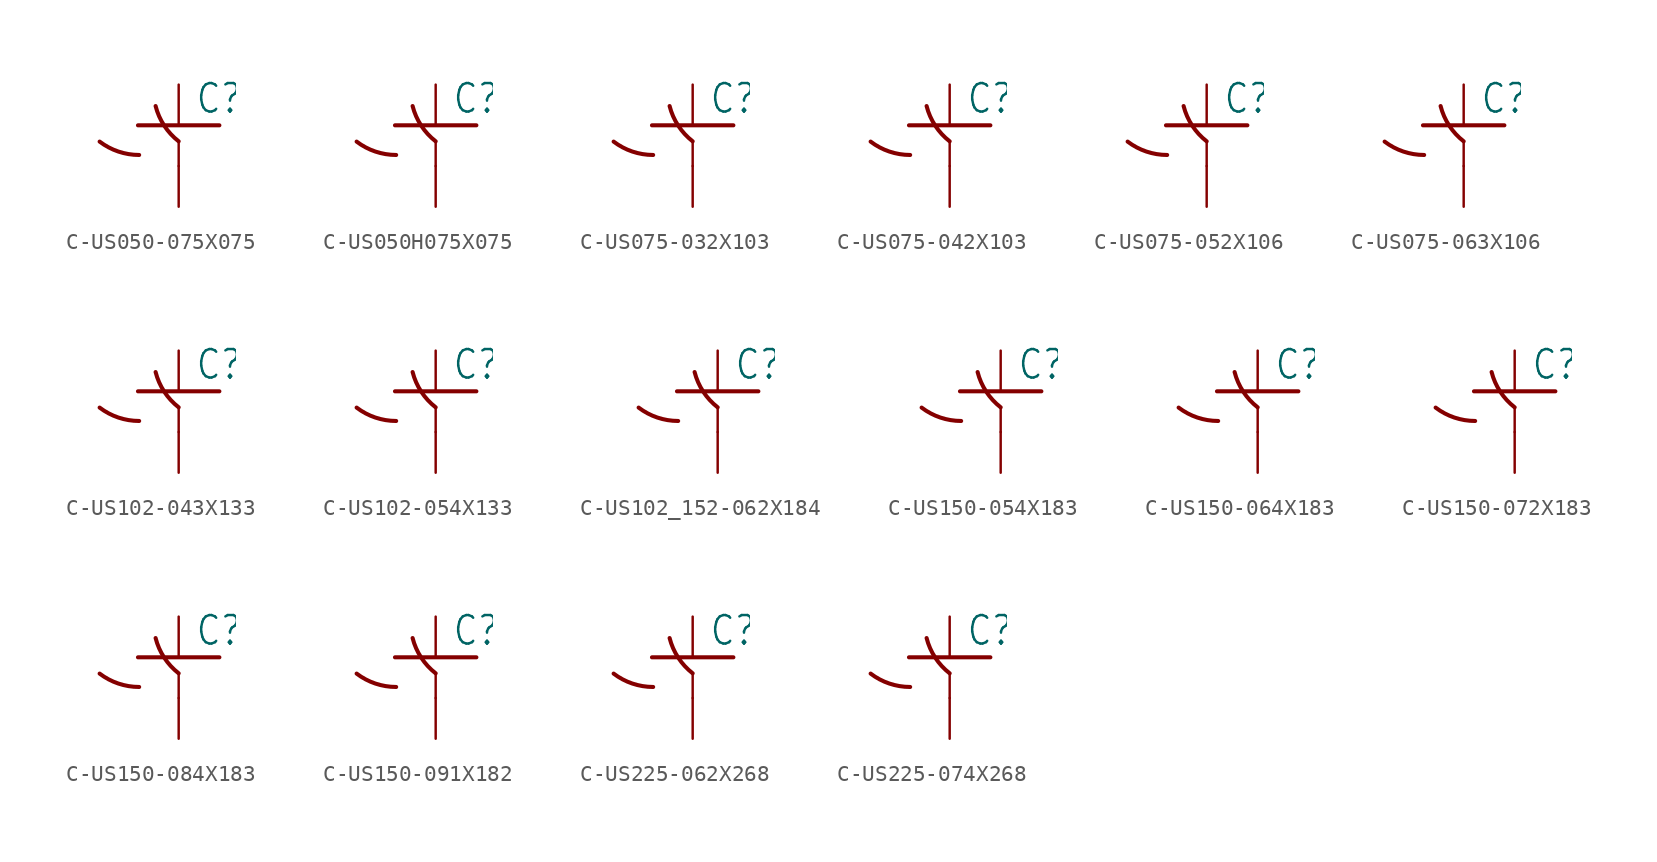
<source format=kicad_sym>
(kicad_symbol_lib
  (version 20241209)
  (generator "kicad_symbol_editor")
  (generator_version "9.0")
  (symbol "C-US050-075X075"
    (property "Reference" "C"
      (at 1.016 0.635 0)
      (effects (font (size 1.778 1.511)) (justify left bottom)))
    (property "Value" ""
      (at 1.016 -4.191 0)
      (effects (font (size 1.778 1.511)) (justify left bottom)))
    (property "ki_locked" ""
      (at 0 0 0)
      (effects (font (size 1.27 1.27))))
    (symbol "C-US050-075X075_1_0"
      (polyline (pts (xy -2.54 0) (xy 2.54 0)) (stroke (width 0.254) (type solid)) (fill (type none)))
      (arc (start -2.4668 -1.8504) (mid -3.7688 -1.6361) (end -4.9335 -1.016) (stroke (width 0.254) (type solid)) (fill (type none)))
      (polyline (pts (xy 0 -1.016) (xy 0 -2.54)) (stroke (width 0.152) (type solid)) (fill (type none)))
      (arc (start 0 -1) (mid -0.9038 -0.0189) (end -1.4403 1.2025) (stroke (width 0.254) (type solid)) (fill (type none)))
      (pin passive line (at 0 2.54 270) (length 2.54) (name "1" (effects (font (size 0 0)))) (number "1" (effects (font (size 0 0)))))
      (pin passive line (at 0 -5.08 90) (length 2.54) (name "2" (effects (font (size 0 0)))) (number "2" (effects (font (size 0 0)))))))
  (symbol "C-US050H075X075"
    (property "Reference" "C"
      (at 1.016 0.635 0)
      (effects (font (size 1.778 1.511)) (justify left bottom)))
    (property "Value" ""
      (at 1.016 -4.191 0)
      (effects (font (size 1.778 1.511)) (justify left bottom)))
    (property "ki_locked" ""
      (at 0 0 0)
      (effects (font (size 1.27 1.27))))
    (symbol "C-US050H075X075_1_0"
      (polyline (pts (xy -2.54 0) (xy 2.54 0)) (stroke (width 0.254) (type solid)) (fill (type none)))
      (arc (start -2.4668 -1.8504) (mid -3.7688 -1.6361) (end -4.9335 -1.016) (stroke (width 0.254) (type solid)) (fill (type none)))
      (polyline (pts (xy 0 -1.016) (xy 0 -2.54)) (stroke (width 0.152) (type solid)) (fill (type none)))
      (arc (start 0 -1) (mid -0.9038 -0.0189) (end -1.4403 1.2025) (stroke (width 0.254) (type solid)) (fill (type none)))
      (pin passive line (at 0 2.54 270) (length 2.54) (name "1" (effects (font (size 0 0)))) (number "1" (effects (font (size 0 0)))))
      (pin passive line (at 0 -5.08 90) (length 2.54) (name "2" (effects (font (size 0 0)))) (number "2" (effects (font (size 0 0)))))))
  (symbol "C-US075-032X103"
    (property "Reference" "C"
      (at 1.016 0.635 0)
      (effects (font (size 1.778 1.511)) (justify left bottom)))
    (property "Value" ""
      (at 1.016 -4.191 0)
      (effects (font (size 1.778 1.511)) (justify left bottom)))
    (property "ki_locked" ""
      (at 0 0 0)
      (effects (font (size 1.27 1.27))))
    (symbol "C-US075-032X103_1_0"
      (polyline (pts (xy -2.54 0) (xy 2.54 0)) (stroke (width 0.254) (type solid)) (fill (type none)))
      (arc (start -2.4668 -1.8504) (mid -3.7688 -1.6361) (end -4.9335 -1.016) (stroke (width 0.254) (type solid)) (fill (type none)))
      (polyline (pts (xy 0 -1.016) (xy 0 -2.54)) (stroke (width 0.152) (type solid)) (fill (type none)))
      (arc (start 0 -1) (mid -0.9038 -0.0189) (end -1.4403 1.2025) (stroke (width 0.254) (type solid)) (fill (type none)))
      (pin passive line (at 0 2.54 270) (length 2.54) (name "1" (effects (font (size 0 0)))) (number "1" (effects (font (size 0 0)))))
      (pin passive line (at 0 -5.08 90) (length 2.54) (name "2" (effects (font (size 0 0)))) (number "2" (effects (font (size 0 0)))))))
  (symbol "C-US075-042X103"
    (property "Reference" "C"
      (at 1.016 0.635 0)
      (effects (font (size 1.778 1.511)) (justify left bottom)))
    (property "Value" ""
      (at 1.016 -4.191 0)
      (effects (font (size 1.778 1.511)) (justify left bottom)))
    (property "ki_locked" ""
      (at 0 0 0)
      (effects (font (size 1.27 1.27))))
    (symbol "C-US075-042X103_1_0"
      (polyline (pts (xy -2.54 0) (xy 2.54 0)) (stroke (width 0.254) (type solid)) (fill (type none)))
      (arc (start -2.4668 -1.8504) (mid -3.7688 -1.6361) (end -4.9335 -1.016) (stroke (width 0.254) (type solid)) (fill (type none)))
      (polyline (pts (xy 0 -1.016) (xy 0 -2.54)) (stroke (width 0.152) (type solid)) (fill (type none)))
      (arc (start 0 -1) (mid -0.9038 -0.0189) (end -1.4403 1.2025) (stroke (width 0.254) (type solid)) (fill (type none)))
      (pin passive line (at 0 2.54 270) (length 2.54) (name "1" (effects (font (size 0 0)))) (number "1" (effects (font (size 0 0)))))
      (pin passive line (at 0 -5.08 90) (length 2.54) (name "2" (effects (font (size 0 0)))) (number "2" (effects (font (size 0 0)))))))
  (symbol "C-US075-052X106"
    (property "Reference" "C"
      (at 1.016 0.635 0)
      (effects (font (size 1.778 1.511)) (justify left bottom)))
    (property "Value" ""
      (at 1.016 -4.191 0)
      (effects (font (size 1.778 1.511)) (justify left bottom)))
    (property "ki_locked" ""
      (at 0 0 0)
      (effects (font (size 1.27 1.27))))
    (symbol "C-US075-052X106_1_0"
      (polyline (pts (xy -2.54 0) (xy 2.54 0)) (stroke (width 0.254) (type solid)) (fill (type none)))
      (arc (start -2.4668 -1.8504) (mid -3.7688 -1.6361) (end -4.9335 -1.016) (stroke (width 0.254) (type solid)) (fill (type none)))
      (polyline (pts (xy 0 -1.016) (xy 0 -2.54)) (stroke (width 0.152) (type solid)) (fill (type none)))
      (arc (start 0 -1) (mid -0.9038 -0.0189) (end -1.4403 1.2025) (stroke (width 0.254) (type solid)) (fill (type none)))
      (pin passive line (at 0 2.54 270) (length 2.54) (name "1" (effects (font (size 0 0)))) (number "1" (effects (font (size 0 0)))))
      (pin passive line (at 0 -5.08 90) (length 2.54) (name "2" (effects (font (size 0 0)))) (number "2" (effects (font (size 0 0)))))))
  (symbol "C-US075-063X106"
    (property "Reference" "C"
      (at 1.016 0.635 0)
      (effects (font (size 1.778 1.511)) (justify left bottom)))
    (property "Value" ""
      (at 1.016 -4.191 0)
      (effects (font (size 1.778 1.511)) (justify left bottom)))
    (property "ki_locked" ""
      (at 0 0 0)
      (effects (font (size 1.27 1.27))))
    (symbol "C-US075-063X106_1_0"
      (polyline (pts (xy -2.54 0) (xy 2.54 0)) (stroke (width 0.254) (type solid)) (fill (type none)))
      (arc (start -2.4668 -1.8504) (mid -3.7688 -1.6361) (end -4.9335 -1.016) (stroke (width 0.254) (type solid)) (fill (type none)))
      (polyline (pts (xy 0 -1.016) (xy 0 -2.54)) (stroke (width 0.152) (type solid)) (fill (type none)))
      (arc (start 0 -1) (mid -0.9038 -0.0189) (end -1.4403 1.2025) (stroke (width 0.254) (type solid)) (fill (type none)))
      (pin passive line (at 0 2.54 270) (length 2.54) (name "1" (effects (font (size 0 0)))) (number "1" (effects (font (size 0 0)))))
      (pin passive line (at 0 -5.08 90) (length 2.54) (name "2" (effects (font (size 0 0)))) (number "2" (effects (font (size 0 0)))))))
  (symbol "C-US102-043X133"
    (property "Reference" "C"
      (at 1.016 0.635 0)
      (effects (font (size 1.778 1.511)) (justify left bottom)))
    (property "Value" ""
      (at 1.016 -4.191 0)
      (effects (font (size 1.778 1.511)) (justify left bottom)))
    (property "ki_locked" ""
      (at 0 0 0)
      (effects (font (size 1.27 1.27))))
    (symbol "C-US102-043X133_1_0"
      (polyline (pts (xy -2.54 0) (xy 2.54 0)) (stroke (width 0.254) (type solid)) (fill (type none)))
      (arc (start -2.4668 -1.8504) (mid -3.7688 -1.6361) (end -4.9335 -1.016) (stroke (width 0.254) (type solid)) (fill (type none)))
      (polyline (pts (xy 0 -1.016) (xy 0 -2.54)) (stroke (width 0.152) (type solid)) (fill (type none)))
      (arc (start 0 -1) (mid -0.9038 -0.0189) (end -1.4403 1.2025) (stroke (width 0.254) (type solid)) (fill (type none)))
      (pin passive line (at 0 2.54 270) (length 2.54) (name "1" (effects (font (size 0 0)))) (number "1" (effects (font (size 0 0)))))
      (pin passive line (at 0 -5.08 90) (length 2.54) (name "2" (effects (font (size 0 0)))) (number "2" (effects (font (size 0 0)))))))
  (symbol "C-US102-054X133"
    (property "Reference" "C"
      (at 1.016 0.635 0)
      (effects (font (size 1.778 1.511)) (justify left bottom)))
    (property "Value" ""
      (at 1.016 -4.191 0)
      (effects (font (size 1.778 1.511)) (justify left bottom)))
    (property "ki_locked" ""
      (at 0 0 0)
      (effects (font (size 1.27 1.27))))
    (symbol "C-US102-054X133_1_0"
      (polyline (pts (xy -2.54 0) (xy 2.54 0)) (stroke (width 0.254) (type solid)) (fill (type none)))
      (arc (start -2.4668 -1.8504) (mid -3.7688 -1.6361) (end -4.9335 -1.016) (stroke (width 0.254) (type solid)) (fill (type none)))
      (polyline (pts (xy 0 -1.016) (xy 0 -2.54)) (stroke (width 0.152) (type solid)) (fill (type none)))
      (arc (start 0 -1) (mid -0.9038 -0.0189) (end -1.4403 1.2025) (stroke (width 0.254) (type solid)) (fill (type none)))
      (pin passive line (at 0 2.54 270) (length 2.54) (name "1" (effects (font (size 0 0)))) (number "1" (effects (font (size 0 0)))))
      (pin passive line (at 0 -5.08 90) (length 2.54) (name "2" (effects (font (size 0 0)))) (number "2" (effects (font (size 0 0)))))))
  (symbol "C-US102_152-062X184"
    (property "Reference" "C"
      (at 1.016 0.635 0)
      (effects (font (size 1.778 1.511)) (justify left bottom)))
    (property "Value" ""
      (at 1.016 -4.191 0)
      (effects (font (size 1.778 1.511)) (justify left bottom)))
    (property "ki_locked" ""
      (at 0 0 0)
      (effects (font (size 1.27 1.27))))
    (symbol "C-US102_152-062X184_1_0"
      (polyline (pts (xy -2.54 0) (xy 2.54 0)) (stroke (width 0.254) (type solid)) (fill (type none)))
      (arc (start -2.4668 -1.8504) (mid -3.7688 -1.6361) (end -4.9335 -1.016) (stroke (width 0.254) (type solid)) (fill (type none)))
      (polyline (pts (xy 0 -1.016) (xy 0 -2.54)) (stroke (width 0.152) (type solid)) (fill (type none)))
      (arc (start 0 -1) (mid -0.9038 -0.0189) (end -1.4403 1.2025) (stroke (width 0.254) (type solid)) (fill (type none)))
      (pin passive line (at 0 2.54 270) (length 2.54) (name "1" (effects (font (size 0 0)))) (number "1" (effects (font (size 0 0)))))
      (pin passive line (at 0 -5.08 90) (length 2.54) (name "2" (effects (font (size 0 0)))) (number "2" (effects (font (size 0 0)))))))
  (symbol "C-US150-054X183"
    (property "Reference" "C"
      (at 1.016 0.635 0)
      (effects (font (size 1.778 1.511)) (justify left bottom)))
    (property "Value" ""
      (at 1.016 -4.191 0)
      (effects (font (size 1.778 1.511)) (justify left bottom)))
    (property "ki_locked" ""
      (at 0 0 0)
      (effects (font (size 1.27 1.27))))
    (symbol "C-US150-054X183_1_0"
      (polyline (pts (xy -2.54 0) (xy 2.54 0)) (stroke (width 0.254) (type solid)) (fill (type none)))
      (arc (start -2.4668 -1.8504) (mid -3.7688 -1.6361) (end -4.9335 -1.016) (stroke (width 0.254) (type solid)) (fill (type none)))
      (polyline (pts (xy 0 -1.016) (xy 0 -2.54)) (stroke (width 0.152) (type solid)) (fill (type none)))
      (arc (start 0 -1) (mid -0.9038 -0.0189) (end -1.4403 1.2025) (stroke (width 0.254) (type solid)) (fill (type none)))
      (pin passive line (at 0 2.54 270) (length 2.54) (name "1" (effects (font (size 0 0)))) (number "1" (effects (font (size 0 0)))))
      (pin passive line (at 0 -5.08 90) (length 2.54) (name "2" (effects (font (size 0 0)))) (number "2" (effects (font (size 0 0)))))))
  (symbol "C-US150-064X183"
    (property "Reference" "C"
      (at 1.016 0.635 0)
      (effects (font (size 1.778 1.511)) (justify left bottom)))
    (property "Value" ""
      (at 1.016 -4.191 0)
      (effects (font (size 1.778 1.511)) (justify left bottom)))
    (property "ki_locked" ""
      (at 0 0 0)
      (effects (font (size 1.27 1.27))))
    (symbol "C-US150-064X183_1_0"
      (polyline (pts (xy -2.54 0) (xy 2.54 0)) (stroke (width 0.254) (type solid)) (fill (type none)))
      (arc (start -2.4668 -1.8504) (mid -3.7688 -1.6361) (end -4.9335 -1.016) (stroke (width 0.254) (type solid)) (fill (type none)))
      (polyline (pts (xy 0 -1.016) (xy 0 -2.54)) (stroke (width 0.152) (type solid)) (fill (type none)))
      (arc (start 0 -1) (mid -0.9038 -0.0189) (end -1.4403 1.2025) (stroke (width 0.254) (type solid)) (fill (type none)))
      (pin passive line (at 0 2.54 270) (length 2.54) (name "1" (effects (font (size 0 0)))) (number "1" (effects (font (size 0 0)))))
      (pin passive line (at 0 -5.08 90) (length 2.54) (name "2" (effects (font (size 0 0)))) (number "2" (effects (font (size 0 0)))))))
  (symbol "C-US150-072X183"
    (property "Reference" "C"
      (at 1.016 0.635 0)
      (effects (font (size 1.778 1.511)) (justify left bottom)))
    (property "Value" ""
      (at 1.016 -4.191 0)
      (effects (font (size 1.778 1.511)) (justify left bottom)))
    (property "ki_locked" ""
      (at 0 0 0)
      (effects (font (size 1.27 1.27))))
    (symbol "C-US150-072X183_1_0"
      (polyline (pts (xy -2.54 0) (xy 2.54 0)) (stroke (width 0.254) (type solid)) (fill (type none)))
      (arc (start -2.4668 -1.8504) (mid -3.7688 -1.6361) (end -4.9335 -1.016) (stroke (width 0.254) (type solid)) (fill (type none)))
      (polyline (pts (xy 0 -1.016) (xy 0 -2.54)) (stroke (width 0.152) (type solid)) (fill (type none)))
      (arc (start 0 -1) (mid -0.9038 -0.0189) (end -1.4403 1.2025) (stroke (width 0.254) (type solid)) (fill (type none)))
      (pin passive line (at 0 2.54 270) (length 2.54) (name "1" (effects (font (size 0 0)))) (number "1" (effects (font (size 0 0)))))
      (pin passive line (at 0 -5.08 90) (length 2.54) (name "2" (effects (font (size 0 0)))) (number "2" (effects (font (size 0 0)))))))
  (symbol "C-US150-084X183"
    (property "Reference" "C"
      (at 1.016 0.635 0)
      (effects (font (size 1.778 1.511)) (justify left bottom)))
    (property "Value" ""
      (at 1.016 -4.191 0)
      (effects (font (size 1.778 1.511)) (justify left bottom)))
    (property "ki_locked" ""
      (at 0 0 0)
      (effects (font (size 1.27 1.27))))
    (symbol "C-US150-084X183_1_0"
      (polyline (pts (xy -2.54 0) (xy 2.54 0)) (stroke (width 0.254) (type solid)) (fill (type none)))
      (arc (start -2.4668 -1.8504) (mid -3.7688 -1.6361) (end -4.9335 -1.016) (stroke (width 0.254) (type solid)) (fill (type none)))
      (polyline (pts (xy 0 -1.016) (xy 0 -2.54)) (stroke (width 0.152) (type solid)) (fill (type none)))
      (arc (start 0 -1) (mid -0.9038 -0.0189) (end -1.4403 1.2025) (stroke (width 0.254) (type solid)) (fill (type none)))
      (pin passive line (at 0 2.54 270) (length 2.54) (name "1" (effects (font (size 0 0)))) (number "1" (effects (font (size 0 0)))))
      (pin passive line (at 0 -5.08 90) (length 2.54) (name "2" (effects (font (size 0 0)))) (number "2" (effects (font (size 0 0)))))))
  (symbol "C-US150-091X182"
    (property "Reference" "C"
      (at 1.016 0.635 0)
      (effects (font (size 1.778 1.511)) (justify left bottom)))
    (property "Value" ""
      (at 1.016 -4.191 0)
      (effects (font (size 1.778 1.511)) (justify left bottom)))
    (property "ki_locked" ""
      (at 0 0 0)
      (effects (font (size 1.27 1.27))))
    (symbol "C-US150-091X182_1_0"
      (polyline (pts (xy -2.54 0) (xy 2.54 0)) (stroke (width 0.254) (type solid)) (fill (type none)))
      (arc (start -2.4668 -1.8504) (mid -3.7688 -1.6361) (end -4.9335 -1.016) (stroke (width 0.254) (type solid)) (fill (type none)))
      (polyline (pts (xy 0 -1.016) (xy 0 -2.54)) (stroke (width 0.152) (type solid)) (fill (type none)))
      (arc (start 0 -1) (mid -0.9038 -0.0189) (end -1.4403 1.2025) (stroke (width 0.254) (type solid)) (fill (type none)))
      (pin passive line (at 0 2.54 270) (length 2.54) (name "1" (effects (font (size 0 0)))) (number "1" (effects (font (size 0 0)))))
      (pin passive line (at 0 -5.08 90) (length 2.54) (name "2" (effects (font (size 0 0)))) (number "2" (effects (font (size 0 0)))))))
  (symbol "C-US225-062X268"
    (property "Reference" "C"
      (at 1.016 0.635 0)
      (effects (font (size 1.778 1.511)) (justify left bottom)))
    (property "Value" ""
      (at 1.016 -4.191 0)
      (effects (font (size 1.778 1.511)) (justify left bottom)))
    (property "ki_locked" ""
      (at 0 0 0)
      (effects (font (size 1.27 1.27))))
    (symbol "C-US225-062X268_1_0"
      (polyline (pts (xy -2.54 0) (xy 2.54 0)) (stroke (width 0.254) (type solid)) (fill (type none)))
      (arc (start -2.4668 -1.8504) (mid -3.7688 -1.6361) (end -4.9335 -1.016) (stroke (width 0.254) (type solid)) (fill (type none)))
      (polyline (pts (xy 0 -1.016) (xy 0 -2.54)) (stroke (width 0.152) (type solid)) (fill (type none)))
      (arc (start 0 -1) (mid -0.9038 -0.0189) (end -1.4403 1.2025) (stroke (width 0.254) (type solid)) (fill (type none)))
      (pin passive line (at 0 2.54 270) (length 2.54) (name "1" (effects (font (size 0 0)))) (number "1" (effects (font (size 0 0)))))
      (pin passive line (at 0 -5.08 90) (length 2.54) (name "2" (effects (font (size 0 0)))) (number "2" (effects (font (size 0 0)))))))
  (symbol "C-US225-074X268"
    (property "Reference" "C"
      (at 1.016 0.635 0)
      (effects (font (size 1.778 1.511)) (justify left bottom)))
    (property "Value" ""
      (at 1.016 -4.191 0)
      (effects (font (size 1.778 1.511)) (justify left bottom)))
    (property "ki_locked" ""
      (at 0 0 0)
      (effects (font (size 1.27 1.27))))
    (symbol "C-US225-074X268_1_0"
      (polyline (pts (xy -2.54 0) (xy 2.54 0)) (stroke (width 0.254) (type solid)) (fill (type none)))
      (arc (start -2.4668 -1.8504) (mid -3.7688 -1.6361) (end -4.9335 -1.016) (stroke (width 0.254) (type solid)) (fill (type none)))
      (polyline (pts (xy 0 -1.016) (xy 0 -2.54)) (stroke (width 0.152) (type solid)) (fill (type none)))
      (arc (start 0 -1) (mid -0.9038 -0.0189) (end -1.4403 1.2025) (stroke (width 0.254) (type solid)) (fill (type none)))
      (pin passive line (at 0 2.54 270) (length 2.54) (name "1" (effects (font (size 0 0)))) (number "1" (effects (font (size 0 0)))))
      (pin passive line (at 0 -5.08 90) (length 2.54) (name "2" (effects (font (size 0 0)))) (number "2" (effects (font (size 0 0))))))))
</source>
